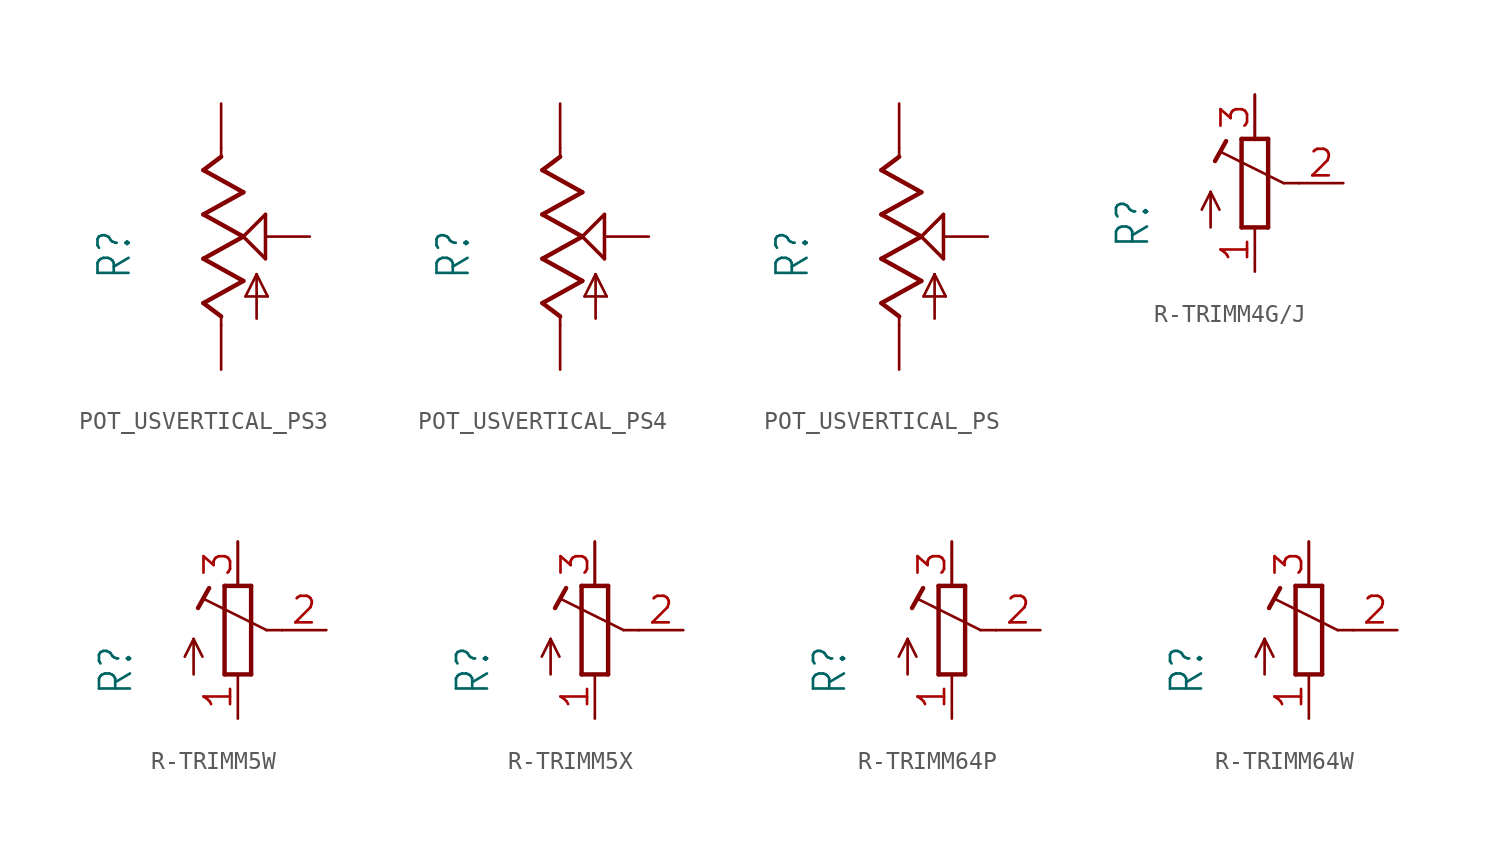
<source format=kicad_sym>
(kicad_symbol_lib
  (version 20241209)
  (generator "kicad_symbol_editor")
  (generator_version "9.0")
  (symbol "POT_USVERTICAL_PS3"
    (property "Reference" "R"
      (at -5.08 -2.54 90)
      (effects (font (size 1.778 1.511)) (justify left bottom)))
    (property "Value" ""
      (at -2.54 -2.54 90)
      (effects (font (size 1.778 1.511)) (justify left bottom)))
    (property "ki_locked" ""
      (at 0 0 0)
      (effects (font (size 1.27 1.27))))
    (symbol "POT_USVERTICAL_PS3_1_0"
      (polyline (pts (xy -1.016 3.81) (xy 0 4.572)) (stroke (width 0.254) (type solid)) (fill (type none)))
      (polyline (pts (xy -1.016 1.27) (xy 1.27 2.54)) (stroke (width 0.254) (type solid)) (fill (type none)))
      (polyline (pts (xy -1.016 -1.27) (xy 1.27 0)) (stroke (width 0.254) (type solid)) (fill (type none)))
      (polyline (pts (xy -1.016 -3.81) (xy 1.27 -2.54)) (stroke (width 0.254) (type solid)) (fill (type none)))
      (polyline (pts (xy 0 4.572) (xy 0 5.08)) (stroke (width 0.152) (type solid)) (fill (type none)))
      (polyline (pts (xy 0 -4.572) (xy -1.016 -3.81)) (stroke (width 0.254) (type solid)) (fill (type none)))
      (polyline (pts (xy 0 -5.08) (xy 0 -4.572)) (stroke (width 0.152) (type solid)) (fill (type none)))
      (polyline (pts (xy 1.27 2.54) (xy -1.016 3.81)) (stroke (width 0.254) (type solid)) (fill (type none)))
      (polyline (pts (xy 1.27 0) (xy -1.016 1.27)) (stroke (width 0.254) (type solid)) (fill (type none)))
      (polyline (pts (xy 1.27 0) (xy 2.54 1.27)) (stroke (width 0.203) (type solid)) (fill (type none)))
      (polyline (pts (xy 1.27 -2.54) (xy -1.016 -1.27)) (stroke (width 0.254) (type solid)) (fill (type none)))
      (polyline (pts (xy 1.397 -3.429) (xy 2.032 -2.159)) (stroke (width 0.152) (type solid)) (fill (type none)))
      (polyline (pts (xy 2.032 -2.159) (xy 2.667 -3.429)) (stroke (width 0.152) (type solid)) (fill (type none)))
      (polyline (pts (xy 2.032 -4.699) (xy 2.032 -2.159)) (stroke (width 0.152) (type solid)) (fill (type none)))
      (polyline (pts (xy 2.54 1.27) (xy 2.54 -1.27)) (stroke (width 0.203) (type solid)) (fill (type none)))
      (polyline (pts (xy 2.54 -1.27) (xy 1.27 0)) (stroke (width 0.203) (type solid)) (fill (type none)))
      (polyline (pts (xy 2.667 -3.429) (xy 1.397 -3.429)) (stroke (width 0.152) (type solid)) (fill (type none)))
      (pin passive line (at 0 7.62 270) (length 2.54) (name "E" (effects (font (size 0 0)))) (number "P$1" (effects (font (size 0 0)))))
      (pin passive line (at 0 -7.62 90) (length 2.54) (name "A" (effects (font (size 0 0)))) (number "P$3" (effects (font (size 0 0)))))
      (pin passive line (at 5.08 0 180) (length 2.54) (name "S" (effects (font (size 0 0)))) (number "P$2" (effects (font (size 0 0)))))))
  (symbol "POT_USVERTICAL_PS4"
    (property "Reference" "R"
      (at -5.08 -2.54 90)
      (effects (font (size 1.778 1.511)) (justify left bottom)))
    (property "Value" ""
      (at -2.54 -2.54 90)
      (effects (font (size 1.778 1.511)) (justify left bottom)))
    (property "ki_locked" ""
      (at 0 0 0)
      (effects (font (size 1.27 1.27))))
    (symbol "POT_USVERTICAL_PS4_1_0"
      (polyline (pts (xy -1.016 3.81) (xy 0 4.572)) (stroke (width 0.254) (type solid)) (fill (type none)))
      (polyline (pts (xy -1.016 1.27) (xy 1.27 2.54)) (stroke (width 0.254) (type solid)) (fill (type none)))
      (polyline (pts (xy -1.016 -1.27) (xy 1.27 0)) (stroke (width 0.254) (type solid)) (fill (type none)))
      (polyline (pts (xy -1.016 -3.81) (xy 1.27 -2.54)) (stroke (width 0.254) (type solid)) (fill (type none)))
      (polyline (pts (xy 0 4.572) (xy 0 5.08)) (stroke (width 0.152) (type solid)) (fill (type none)))
      (polyline (pts (xy 0 -4.572) (xy -1.016 -3.81)) (stroke (width 0.254) (type solid)) (fill (type none)))
      (polyline (pts (xy 0 -5.08) (xy 0 -4.572)) (stroke (width 0.152) (type solid)) (fill (type none)))
      (polyline (pts (xy 1.27 2.54) (xy -1.016 3.81)) (stroke (width 0.254) (type solid)) (fill (type none)))
      (polyline (pts (xy 1.27 0) (xy -1.016 1.27)) (stroke (width 0.254) (type solid)) (fill (type none)))
      (polyline (pts (xy 1.27 0) (xy 2.54 1.27)) (stroke (width 0.203) (type solid)) (fill (type none)))
      (polyline (pts (xy 1.27 -2.54) (xy -1.016 -1.27)) (stroke (width 0.254) (type solid)) (fill (type none)))
      (polyline (pts (xy 1.397 -3.429) (xy 2.032 -2.159)) (stroke (width 0.152) (type solid)) (fill (type none)))
      (polyline (pts (xy 2.032 -2.159) (xy 2.667 -3.429)) (stroke (width 0.152) (type solid)) (fill (type none)))
      (polyline (pts (xy 2.032 -4.699) (xy 2.032 -2.159)) (stroke (width 0.152) (type solid)) (fill (type none)))
      (polyline (pts (xy 2.54 1.27) (xy 2.54 -1.27)) (stroke (width 0.203) (type solid)) (fill (type none)))
      (polyline (pts (xy 2.54 -1.27) (xy 1.27 0)) (stroke (width 0.203) (type solid)) (fill (type none)))
      (polyline (pts (xy 2.667 -3.429) (xy 1.397 -3.429)) (stroke (width 0.152) (type solid)) (fill (type none)))
      (pin passive line (at 0 7.62 270) (length 2.54) (name "E" (effects (font (size 0 0)))) (number "P$1" (effects (font (size 0 0)))))
      (pin passive line (at 0 -7.62 90) (length 2.54) (name "A" (effects (font (size 0 0)))) (number "P$3" (effects (font (size 0 0)))))
      (pin passive line (at 5.08 0 180) (length 2.54) (name "S" (effects (font (size 0 0)))) (number "P$2" (effects (font (size 0 0)))))))
  (symbol "POT_USVERTICAL_PS"
    (property "Reference" "R"
      (at -5.08 -2.54 90)
      (effects (font (size 1.778 1.511)) (justify left bottom)))
    (property "Value" ""
      (at -2.54 -2.54 90)
      (effects (font (size 1.778 1.511)) (justify left bottom)))
    (property "ki_locked" ""
      (at 0 0 0)
      (effects (font (size 1.27 1.27))))
    (symbol "POT_USVERTICAL_PS_1_0"
      (polyline (pts (xy -1.016 3.81) (xy 0 4.572)) (stroke (width 0.254) (type solid)) (fill (type none)))
      (polyline (pts (xy -1.016 1.27) (xy 1.27 2.54)) (stroke (width 0.254) (type solid)) (fill (type none)))
      (polyline (pts (xy -1.016 -1.27) (xy 1.27 0)) (stroke (width 0.254) (type solid)) (fill (type none)))
      (polyline (pts (xy -1.016 -3.81) (xy 1.27 -2.54)) (stroke (width 0.254) (type solid)) (fill (type none)))
      (polyline (pts (xy 0 4.572) (xy 0 5.08)) (stroke (width 0.152) (type solid)) (fill (type none)))
      (polyline (pts (xy 0 -4.572) (xy -1.016 -3.81)) (stroke (width 0.254) (type solid)) (fill (type none)))
      (polyline (pts (xy 0 -5.08) (xy 0 -4.572)) (stroke (width 0.152) (type solid)) (fill (type none)))
      (polyline (pts (xy 1.27 2.54) (xy -1.016 3.81)) (stroke (width 0.254) (type solid)) (fill (type none)))
      (polyline (pts (xy 1.27 0) (xy -1.016 1.27)) (stroke (width 0.254) (type solid)) (fill (type none)))
      (polyline (pts (xy 1.27 0) (xy 2.54 1.27)) (stroke (width 0.203) (type solid)) (fill (type none)))
      (polyline (pts (xy 1.27 -2.54) (xy -1.016 -1.27)) (stroke (width 0.254) (type solid)) (fill (type none)))
      (polyline (pts (xy 1.397 -3.429) (xy 2.032 -2.159)) (stroke (width 0.152) (type solid)) (fill (type none)))
      (polyline (pts (xy 2.032 -2.159) (xy 2.667 -3.429)) (stroke (width 0.152) (type solid)) (fill (type none)))
      (polyline (pts (xy 2.032 -4.699) (xy 2.032 -2.159)) (stroke (width 0.152) (type solid)) (fill (type none)))
      (polyline (pts (xy 2.54 1.27) (xy 2.54 -1.27)) (stroke (width 0.203) (type solid)) (fill (type none)))
      (polyline (pts (xy 2.54 -1.27) (xy 1.27 0)) (stroke (width 0.203) (type solid)) (fill (type none)))
      (polyline (pts (xy 2.667 -3.429) (xy 1.397 -3.429)) (stroke (width 0.152) (type solid)) (fill (type none)))
      (pin passive line (at 0 7.62 270) (length 2.54) (name "E" (effects (font (size 0 0)))) (number "P$1" (effects (font (size 0 0)))))
      (pin passive line (at 0 -7.62 90) (length 2.54) (name "A" (effects (font (size 0 0)))) (number "P$3" (effects (font (size 0 0)))))
      (pin passive line (at 5.08 0 180) (length 2.54) (name "S" (effects (font (size 0 0)))) (number "P$2" (effects (font (size 0 0)))))))
  (symbol "R-TRIMM4G/J"
    (property "Reference" "R"
      (at -5.969 -3.81 90)
      (effects (font (size 1.778 1.511)) (justify left bottom)))
    (property "Value" ""
      (at -3.81 -3.81 90)
      (effects (font (size 1.778 1.511)) (justify left bottom)))
    (property "ki_locked" ""
      (at 0 0 0)
      (effects (font (size 1.27 1.27))))
    (symbol "R-TRIMM4G/J_1_0"
      (polyline (pts (xy -2.54 -0.508) (xy -3.048 -1.524)) (stroke (width 0.152) (type solid)) (fill (type none)))
      (polyline (pts (xy -2.54 -0.508) (xy -2.032 -1.524)) (stroke (width 0.152) (type solid)) (fill (type none)))
      (polyline (pts (xy -2.54 -2.54) (xy -2.54 -0.508)) (stroke (width 0.152) (type solid)) (fill (type none)))
      (polyline (pts (xy -2.286 1.27) (xy -1.651 2.413)) (stroke (width 0.254) (type solid)) (fill (type none)))
      (polyline (pts (xy -0.762 2.54) (xy -0.762 -2.54)) (stroke (width 0.254) (type solid)) (fill (type none)))
      (polyline (pts (xy -0.762 -2.54) (xy 0.762 -2.54)) (stroke (width 0.254) (type solid)) (fill (type none)))
      (polyline (pts (xy 0 2.54) (xy -0.762 2.54)) (stroke (width 0.254) (type solid)) (fill (type none)))
      (polyline (pts (xy 0 2.54) (xy 0 5.08)) (stroke (width 0.152) (type solid)) (fill (type none)))
      (polyline (pts (xy 0.762 2.54) (xy 0 2.54)) (stroke (width 0.254) (type solid)) (fill (type none)))
      (polyline (pts (xy 0.762 -2.54) (xy 0.762 2.54)) (stroke (width 0.254) (type solid)) (fill (type none)))
      (polyline (pts (xy 1.651 0) (xy -1.88 1.753)) (stroke (width 0.152) (type solid)) (fill (type none)))
      (polyline (pts (xy 2.54 0) (xy 1.651 0)) (stroke (width 0.152) (type solid)) (fill (type none)))
      (pin passive line (at 0 5.08 270) (length 2.54) (name "A" (effects (font (size 0 0)))) (number "3" (effects (font (size 1.524 1.524)))))
      (pin passive line (at 0 -5.08 90) (length 2.54) (name "E" (effects (font (size 0 0)))) (number "1" (effects (font (size 1.524 1.524)))))
      (pin passive line (at 5.08 0 180) (length 2.54) (name "S" (effects (font (size 0 0)))) (number "2" (effects (font (size 1.524 1.524)))))))
  (symbol "R-TRIMM5W"
    (property "Reference" "R"
      (at -5.969 -3.81 90)
      (effects (font (size 1.778 1.511)) (justify left bottom)))
    (property "Value" ""
      (at -3.81 -3.81 90)
      (effects (font (size 1.778 1.511)) (justify left bottom)))
    (property "ki_locked" ""
      (at 0 0 0)
      (effects (font (size 1.27 1.27))))
    (symbol "R-TRIMM5W_1_0"
      (polyline (pts (xy -2.54 -0.508) (xy -3.048 -1.524)) (stroke (width 0.152) (type solid)) (fill (type none)))
      (polyline (pts (xy -2.54 -0.508) (xy -2.032 -1.524)) (stroke (width 0.152) (type solid)) (fill (type none)))
      (polyline (pts (xy -2.54 -2.54) (xy -2.54 -0.508)) (stroke (width 0.152) (type solid)) (fill (type none)))
      (polyline (pts (xy -2.286 1.27) (xy -1.651 2.413)) (stroke (width 0.254) (type solid)) (fill (type none)))
      (polyline (pts (xy -0.762 2.54) (xy -0.762 -2.54)) (stroke (width 0.254) (type solid)) (fill (type none)))
      (polyline (pts (xy -0.762 -2.54) (xy 0.762 -2.54)) (stroke (width 0.254) (type solid)) (fill (type none)))
      (polyline (pts (xy 0 2.54) (xy -0.762 2.54)) (stroke (width 0.254) (type solid)) (fill (type none)))
      (polyline (pts (xy 0 2.54) (xy 0 5.08)) (stroke (width 0.152) (type solid)) (fill (type none)))
      (polyline (pts (xy 0.762 2.54) (xy 0 2.54)) (stroke (width 0.254) (type solid)) (fill (type none)))
      (polyline (pts (xy 0.762 -2.54) (xy 0.762 2.54)) (stroke (width 0.254) (type solid)) (fill (type none)))
      (polyline (pts (xy 1.651 0) (xy -1.88 1.753)) (stroke (width 0.152) (type solid)) (fill (type none)))
      (polyline (pts (xy 2.54 0) (xy 1.651 0)) (stroke (width 0.152) (type solid)) (fill (type none)))
      (pin passive line (at 0 5.08 270) (length 2.54) (name "A" (effects (font (size 0 0)))) (number "3" (effects (font (size 1.524 1.524)))))
      (pin passive line (at 0 -5.08 90) (length 2.54) (name "E" (effects (font (size 0 0)))) (number "1" (effects (font (size 1.524 1.524)))))
      (pin passive line (at 5.08 0 180) (length 2.54) (name "S" (effects (font (size 0 0)))) (number "2" (effects (font (size 1.524 1.524)))))))
  (symbol "R-TRIMM5X"
    (property "Reference" "R"
      (at -5.969 -3.81 90)
      (effects (font (size 1.778 1.511)) (justify left bottom)))
    (property "Value" ""
      (at -3.81 -3.81 90)
      (effects (font (size 1.778 1.511)) (justify left bottom)))
    (property "ki_locked" ""
      (at 0 0 0)
      (effects (font (size 1.27 1.27))))
    (symbol "R-TRIMM5X_1_0"
      (polyline (pts (xy -2.54 -0.508) (xy -3.048 -1.524)) (stroke (width 0.152) (type solid)) (fill (type none)))
      (polyline (pts (xy -2.54 -0.508) (xy -2.032 -1.524)) (stroke (width 0.152) (type solid)) (fill (type none)))
      (polyline (pts (xy -2.54 -2.54) (xy -2.54 -0.508)) (stroke (width 0.152) (type solid)) (fill (type none)))
      (polyline (pts (xy -2.286 1.27) (xy -1.651 2.413)) (stroke (width 0.254) (type solid)) (fill (type none)))
      (polyline (pts (xy -0.762 2.54) (xy -0.762 -2.54)) (stroke (width 0.254) (type solid)) (fill (type none)))
      (polyline (pts (xy -0.762 -2.54) (xy 0.762 -2.54)) (stroke (width 0.254) (type solid)) (fill (type none)))
      (polyline (pts (xy 0 2.54) (xy -0.762 2.54)) (stroke (width 0.254) (type solid)) (fill (type none)))
      (polyline (pts (xy 0 2.54) (xy 0 5.08)) (stroke (width 0.152) (type solid)) (fill (type none)))
      (polyline (pts (xy 0.762 2.54) (xy 0 2.54)) (stroke (width 0.254) (type solid)) (fill (type none)))
      (polyline (pts (xy 0.762 -2.54) (xy 0.762 2.54)) (stroke (width 0.254) (type solid)) (fill (type none)))
      (polyline (pts (xy 1.651 0) (xy -1.88 1.753)) (stroke (width 0.152) (type solid)) (fill (type none)))
      (polyline (pts (xy 2.54 0) (xy 1.651 0)) (stroke (width 0.152) (type solid)) (fill (type none)))
      (pin passive line (at 0 5.08 270) (length 2.54) (name "A" (effects (font (size 0 0)))) (number "3" (effects (font (size 1.524 1.524)))))
      (pin passive line (at 0 -5.08 90) (length 2.54) (name "E" (effects (font (size 0 0)))) (number "1" (effects (font (size 1.524 1.524)))))
      (pin passive line (at 5.08 0 180) (length 2.54) (name "S" (effects (font (size 0 0)))) (number "2" (effects (font (size 1.524 1.524)))))))
  (symbol "R-TRIMM64P"
    (property "Reference" "R"
      (at -5.969 -3.81 90)
      (effects (font (size 1.778 1.511)) (justify left bottom)))
    (property "Value" ""
      (at -3.81 -3.81 90)
      (effects (font (size 1.778 1.511)) (justify left bottom)))
    (property "ki_locked" ""
      (at 0 0 0)
      (effects (font (size 1.27 1.27))))
    (symbol "R-TRIMM64P_1_0"
      (polyline (pts (xy -2.54 -0.508) (xy -3.048 -1.524)) (stroke (width 0.152) (type solid)) (fill (type none)))
      (polyline (pts (xy -2.54 -0.508) (xy -2.032 -1.524)) (stroke (width 0.152) (type solid)) (fill (type none)))
      (polyline (pts (xy -2.54 -2.54) (xy -2.54 -0.508)) (stroke (width 0.152) (type solid)) (fill (type none)))
      (polyline (pts (xy -2.286 1.27) (xy -1.651 2.413)) (stroke (width 0.254) (type solid)) (fill (type none)))
      (polyline (pts (xy -0.762 2.54) (xy -0.762 -2.54)) (stroke (width 0.254) (type solid)) (fill (type none)))
      (polyline (pts (xy -0.762 -2.54) (xy 0.762 -2.54)) (stroke (width 0.254) (type solid)) (fill (type none)))
      (polyline (pts (xy 0 2.54) (xy -0.762 2.54)) (stroke (width 0.254) (type solid)) (fill (type none)))
      (polyline (pts (xy 0 2.54) (xy 0 5.08)) (stroke (width 0.152) (type solid)) (fill (type none)))
      (polyline (pts (xy 0.762 2.54) (xy 0 2.54)) (stroke (width 0.254) (type solid)) (fill (type none)))
      (polyline (pts (xy 0.762 -2.54) (xy 0.762 2.54)) (stroke (width 0.254) (type solid)) (fill (type none)))
      (polyline (pts (xy 1.651 0) (xy -1.88 1.753)) (stroke (width 0.152) (type solid)) (fill (type none)))
      (polyline (pts (xy 2.54 0) (xy 1.651 0)) (stroke (width 0.152) (type solid)) (fill (type none)))
      (pin passive line (at 0 5.08 270) (length 2.54) (name "A" (effects (font (size 0 0)))) (number "3" (effects (font (size 1.524 1.524)))))
      (pin passive line (at 0 -5.08 90) (length 2.54) (name "E" (effects (font (size 0 0)))) (number "1" (effects (font (size 1.524 1.524)))))
      (pin passive line (at 5.08 0 180) (length 2.54) (name "S" (effects (font (size 0 0)))) (number "2" (effects (font (size 1.524 1.524)))))))
  (symbol "R-TRIMM64W"
    (property "Reference" "R"
      (at -5.969 -3.81 90)
      (effects (font (size 1.778 1.511)) (justify left bottom)))
    (property "Value" ""
      (at -3.81 -3.81 90)
      (effects (font (size 1.778 1.511)) (justify left bottom)))
    (property "ki_locked" ""
      (at 0 0 0)
      (effects (font (size 1.27 1.27))))
    (symbol "R-TRIMM64W_1_0"
      (polyline (pts (xy -2.54 -0.508) (xy -3.048 -1.524)) (stroke (width 0.152) (type solid)) (fill (type none)))
      (polyline (pts (xy -2.54 -0.508) (xy -2.032 -1.524)) (stroke (width 0.152) (type solid)) (fill (type none)))
      (polyline (pts (xy -2.54 -2.54) (xy -2.54 -0.508)) (stroke (width 0.152) (type solid)) (fill (type none)))
      (polyline (pts (xy -2.286 1.27) (xy -1.651 2.413)) (stroke (width 0.254) (type solid)) (fill (type none)))
      (polyline (pts (xy -0.762 2.54) (xy -0.762 -2.54)) (stroke (width 0.254) (type solid)) (fill (type none)))
      (polyline (pts (xy -0.762 -2.54) (xy 0.762 -2.54)) (stroke (width 0.254) (type solid)) (fill (type none)))
      (polyline (pts (xy 0 2.54) (xy -0.762 2.54)) (stroke (width 0.254) (type solid)) (fill (type none)))
      (polyline (pts (xy 0 2.54) (xy 0 5.08)) (stroke (width 0.152) (type solid)) (fill (type none)))
      (polyline (pts (xy 0.762 2.54) (xy 0 2.54)) (stroke (width 0.254) (type solid)) (fill (type none)))
      (polyline (pts (xy 0.762 -2.54) (xy 0.762 2.54)) (stroke (width 0.254) (type solid)) (fill (type none)))
      (polyline (pts (xy 1.651 0) (xy -1.88 1.753)) (stroke (width 0.152) (type solid)) (fill (type none)))
      (polyline (pts (xy 2.54 0) (xy 1.651 0)) (stroke (width 0.152) (type solid)) (fill (type none)))
      (pin passive line (at 0 5.08 270) (length 2.54) (name "A" (effects (font (size 0 0)))) (number "3" (effects (font (size 1.524 1.524)))))
      (pin passive line (at 0 -5.08 90) (length 2.54) (name "E" (effects (font (size 0 0)))) (number "1" (effects (font (size 1.524 1.524)))))
      (pin passive line (at 5.08 0 180) (length 2.54) (name "S" (effects (font (size 0 0)))) (number "2" (effects (font (size 1.524 1.524))))))))
</source>
